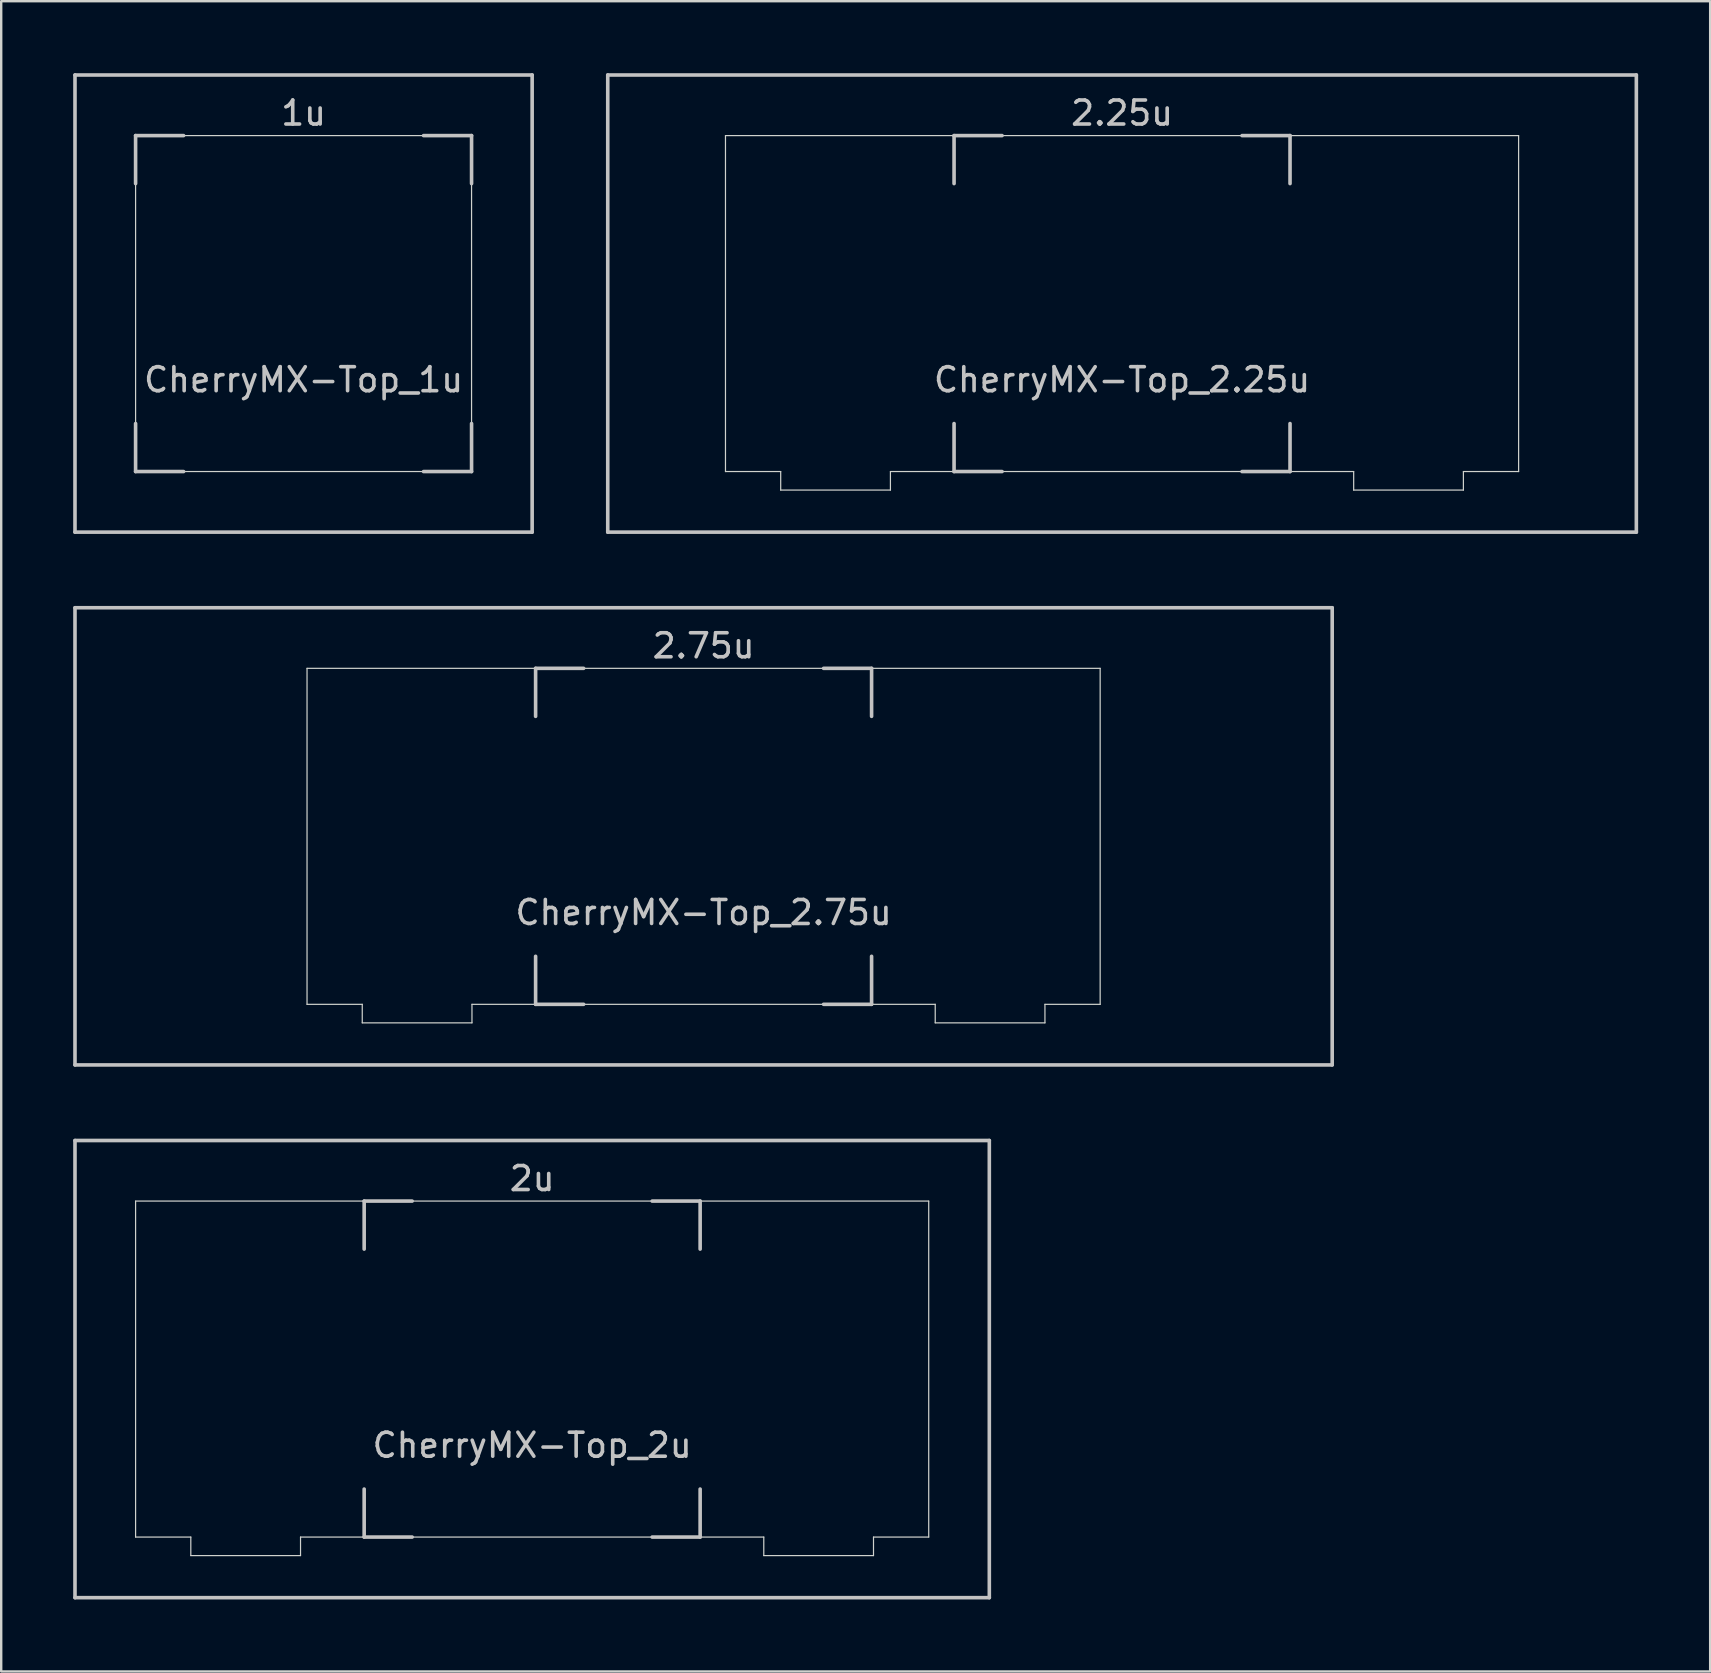
<source format=kicad_pcb>
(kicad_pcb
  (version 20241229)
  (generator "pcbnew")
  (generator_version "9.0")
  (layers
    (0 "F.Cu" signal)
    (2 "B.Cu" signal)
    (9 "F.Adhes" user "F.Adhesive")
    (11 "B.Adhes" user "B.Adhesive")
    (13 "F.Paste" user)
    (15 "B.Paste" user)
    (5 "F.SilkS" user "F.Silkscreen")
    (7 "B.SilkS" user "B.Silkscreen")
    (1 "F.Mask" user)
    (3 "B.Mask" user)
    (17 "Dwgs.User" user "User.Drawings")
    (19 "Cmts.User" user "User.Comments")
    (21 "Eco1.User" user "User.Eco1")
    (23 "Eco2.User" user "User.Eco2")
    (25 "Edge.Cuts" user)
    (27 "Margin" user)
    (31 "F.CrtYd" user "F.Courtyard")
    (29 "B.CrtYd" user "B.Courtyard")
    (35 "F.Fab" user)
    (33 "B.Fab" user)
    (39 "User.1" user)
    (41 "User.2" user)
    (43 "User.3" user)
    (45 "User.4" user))
  (footprint "CherryMX-Top_2.75u"
    (layer "F.Cu")
    (at 26.269 31.8)
    (property "Reference" "CherryMX-Top_2.75u" (at 0 3.175 0) (layer "Dwgs.User") (effects (font (size 1 1) (thickness 0.15))))
    (attr through_hole)
    (fp_line (start -26.194 9.525) (end -26.194 -9.525) (stroke (width 0.15) (type solid)) (layer "Dwgs.User"))
    (fp_line (start -7 -7) (end -7 -5) (stroke (width 0.15) (type solid)) (layer "Dwgs.User"))
    (fp_line (start -7 5) (end -7 7) (stroke (width 0.15) (type solid)) (layer "Dwgs.User"))
    (fp_line (start -7 7) (end -5 7) (stroke (width 0.15) (type solid)) (layer "Dwgs.User"))
    (fp_line (start -5 -7) (end -7 -7) (stroke (width 0.15) (type solid)) (layer "Dwgs.User"))
    (fp_line (start 5 -7) (end 7 -7) (stroke (width 0.15) (type solid)) (layer "Dwgs.User"))
    (fp_line (start 5 7) (end 7 7) (stroke (width 0.15) (type solid)) (layer "Dwgs.User"))
    (fp_line (start 7 -7) (end 7 -5) (stroke (width 0.15) (type solid)) (layer "Dwgs.User"))
    (fp_line (start 7 7) (end 7 5) (stroke (width 0.15) (type solid)) (layer "Dwgs.User"))
    (fp_line (start 26.194 -9.525) (end -26.194 -9.525) (stroke (width 0.15) (type solid)) (layer "Dwgs.User"))
    (fp_line (start 26.194 -9.525) (end 26.194 9.525) (stroke (width 0.15) (type solid)) (layer "Dwgs.User"))
    (fp_line (start 26.194 9.525) (end -26.194 9.525) (stroke (width 0.15) (type solid)) (layer "Dwgs.User"))
    (fp_line (start -16.525 -7) (end 16.525 -7) (stroke (width 0.05) (type solid)) (layer "Edge.Cuts"))
    (fp_line (start -16.525 7) (end -16.525 -7) (stroke (width 0.05) (type solid)) (layer "Edge.Cuts"))
    (fp_line (start -14.224 7) (end -16.525 7) (stroke (width 0.05) (type solid)) (layer "Edge.Cuts"))
    (fp_line (start -14.224 7) (end -14.224 7.772) (stroke (width 0.05) (type solid)) (layer "Edge.Cuts"))
    (fp_line (start -9.652 7) (end -9.652 7.772) (stroke (width 0.05) (type solid)) (layer "Edge.Cuts"))
    (fp_line (start -9.652 7.772) (end -14.224 7.772) (stroke (width 0.05) (type solid)) (layer "Edge.Cuts"))
    (fp_line (start 9.652 7) (end -9.652 7) (stroke (width 0.05) (type solid)) (layer "Edge.Cuts"))
    (fp_line (start 9.652 7) (end 9.652 7.772) (stroke (width 0.05) (type solid)) (layer "Edge.Cuts"))
    (fp_line (start 9.652 7.772) (end 14.224 7.772) (stroke (width 0.05) (type solid)) (layer "Edge.Cuts"))
    (fp_line (start 14.224 7) (end 14.224 7.772) (stroke (width 0.05) (type solid)) (layer "Edge.Cuts"))
    (fp_line (start 14.224 7) (end 16.525 7) (stroke (width 0.05) (type solid)) (layer "Edge.Cuts"))
    (fp_line (start 16.525 7) (end 16.525 -7) (stroke (width 0.05) (type solid)) (layer "Edge.Cuts"))
    (fp_text user "2.75u" (at 0 -7.938 0) (layer "Dwgs.User") (effects (font (size 1 1) (thickness 0.15)))))
  (footprint "CherryMX-Top_2.25u"
    (layer "F.Cu")
    (at 43.706 9.6)
    (property "Reference" "CherryMX-Top_2.25u" (at 0 3.175 0) (layer "Dwgs.User") (effects (font (size 1 1) (thickness 0.15))))
    (attr through_hole)
    (fp_line (start -21.431 9.525) (end -21.431 -9.525) (stroke (width 0.15) (type solid)) (layer "Dwgs.User"))
    (fp_line (start -7 -7) (end -7 -5) (stroke (width 0.15) (type solid)) (layer "Dwgs.User"))
    (fp_line (start -7 5) (end -7 7) (stroke (width 0.15) (type solid)) (layer "Dwgs.User"))
    (fp_line (start -7 7) (end -5 7) (stroke (width 0.15) (type solid)) (layer "Dwgs.User"))
    (fp_line (start -5 -7) (end -7 -7) (stroke (width 0.15) (type solid)) (layer "Dwgs.User"))
    (fp_line (start 5 -7) (end 7 -7) (stroke (width 0.15) (type solid)) (layer "Dwgs.User"))
    (fp_line (start 5 7) (end 7 7) (stroke (width 0.15) (type solid)) (layer "Dwgs.User"))
    (fp_line (start 7 -7) (end 7 -5) (stroke (width 0.15) (type solid)) (layer "Dwgs.User"))
    (fp_line (start 7 7) (end 7 5) (stroke (width 0.15) (type solid)) (layer "Dwgs.User"))
    (fp_line (start 21.431 -9.525) (end -21.431 -9.525) (stroke (width 0.15) (type solid)) (layer "Dwgs.User"))
    (fp_line (start 21.431 -9.525) (end 21.431 9.525) (stroke (width 0.15) (type solid)) (layer "Dwgs.User"))
    (fp_line (start 21.431 9.525) (end -21.431 9.525) (stroke (width 0.15) (type solid)) (layer "Dwgs.User"))
    (fp_line (start -16.525 -7) (end 16.525 -7) (stroke (width 0.05) (type solid)) (layer "Edge.Cuts"))
    (fp_line (start -16.525 7) (end -16.525 -7) (stroke (width 0.05) (type solid)) (layer "Edge.Cuts"))
    (fp_line (start -14.224 7) (end -16.525 7) (stroke (width 0.05) (type solid)) (layer "Edge.Cuts"))
    (fp_line (start -14.224 7) (end -14.224 7.772) (stroke (width 0.05) (type solid)) (layer "Edge.Cuts"))
    (fp_line (start -9.652 7) (end -9.652 7.772) (stroke (width 0.05) (type solid)) (layer "Edge.Cuts"))
    (fp_line (start -9.652 7.772) (end -14.224 7.772) (stroke (width 0.05) (type solid)) (layer "Edge.Cuts"))
    (fp_line (start 9.652 7) (end -9.652 7) (stroke (width 0.05) (type solid)) (layer "Edge.Cuts"))
    (fp_line (start 9.652 7) (end 9.652 7.772) (stroke (width 0.05) (type solid)) (layer "Edge.Cuts"))
    (fp_line (start 9.652 7.772) (end 14.224 7.772) (stroke (width 0.05) (type solid)) (layer "Edge.Cuts"))
    (fp_line (start 14.224 7) (end 14.224 7.772) (stroke (width 0.05) (type solid)) (layer "Edge.Cuts"))
    (fp_line (start 14.224 7) (end 16.525 7) (stroke (width 0.05) (type solid)) (layer "Edge.Cuts"))
    (fp_line (start 16.525 7) (end 16.525 -7) (stroke (width 0.05) (type solid)) (layer "Edge.Cuts"))
    (fp_text user "2.25u" (at 0 -7.938 0) (layer "Dwgs.User") (effects (font (size 1 1) (thickness 0.15)))))
  (footprint "CherryMX-Top_2u"
    (layer "F.Cu")
    (at 19.125 54)
    (property "Reference" "CherryMX-Top_2u" (at 0 3.175 0) (layer "Dwgs.User") (effects (font (size 1 1) (thickness 0.15))))
    (attr through_hole)
    (fp_line (start -19.05 -9.525) (end -19.05 9.525) (stroke (width 0.15) (type solid)) (layer "Dwgs.User"))
    (fp_line (start -7 -7) (end -7 -5) (stroke (width 0.15) (type solid)) (layer "Dwgs.User"))
    (fp_line (start -7 5) (end -7 7) (stroke (width 0.15) (type solid)) (layer "Dwgs.User"))
    (fp_line (start -7 7) (end -5 7) (stroke (width 0.15) (type solid)) (layer "Dwgs.User"))
    (fp_line (start -5 -7) (end -7 -7) (stroke (width 0.15) (type solid)) (layer "Dwgs.User"))
    (fp_line (start 5 -7) (end 7 -7) (stroke (width 0.15) (type solid)) (layer "Dwgs.User"))
    (fp_line (start 5 7) (end 7 7) (stroke (width 0.15) (type solid)) (layer "Dwgs.User"))
    (fp_line (start 7 -7) (end 7 -5) (stroke (width 0.15) (type solid)) (layer "Dwgs.User"))
    (fp_line (start 7 7) (end 7 5) (stroke (width 0.15) (type solid)) (layer "Dwgs.User"))
    (fp_line (start 19.05 -9.525) (end -19.05 -9.525) (stroke (width 0.15) (type solid)) (layer "Dwgs.User"))
    (fp_line (start 19.05 -9.525) (end 19.05 9.525) (stroke (width 0.15) (type solid)) (layer "Dwgs.User"))
    (fp_line (start 19.05 9.525) (end -19.05 9.525) (stroke (width 0.15) (type solid)) (layer "Dwgs.User"))
    (fp_line (start -16.525 -7) (end 16.525 -7) (stroke (width 0.05) (type solid)) (layer "Edge.Cuts"))
    (fp_line (start -16.525 7) (end -16.525 -7) (stroke (width 0.05) (type solid)) (layer "Edge.Cuts"))
    (fp_line (start -14.224 7) (end -16.525 7) (stroke (width 0.05) (type solid)) (layer "Edge.Cuts"))
    (fp_line (start -14.224 7) (end -14.224 7.772) (stroke (width 0.05) (type solid)) (layer "Edge.Cuts"))
    (fp_line (start -9.652 7) (end -9.652 7.772) (stroke (width 0.05) (type solid)) (layer "Edge.Cuts"))
    (fp_line (start -9.652 7.772) (end -14.224 7.772) (stroke (width 0.05) (type solid)) (layer "Edge.Cuts"))
    (fp_line (start 9.652 7) (end -9.652 7) (stroke (width 0.05) (type solid)) (layer "Edge.Cuts"))
    (fp_line (start 9.652 7) (end 9.652 7.772) (stroke (width 0.05) (type solid)) (layer "Edge.Cuts"))
    (fp_line (start 9.652 7.772) (end 14.224 7.772) (stroke (width 0.05) (type solid)) (layer "Edge.Cuts"))
    (fp_line (start 14.224 7) (end 14.224 7.772) (stroke (width 0.05) (type solid)) (layer "Edge.Cuts"))
    (fp_line (start 14.224 7) (end 16.525 7) (stroke (width 0.05) (type solid)) (layer "Edge.Cuts"))
    (fp_line (start 16.525 7) (end 16.525 -7) (stroke (width 0.05) (type solid)) (layer "Edge.Cuts"))
    (fp_text user "2u" (at 0 -7.938 0) (layer "Dwgs.User") (effects (font (size 1 1) (thickness 0.15)))))
  (footprint "CherryMX-Top_1u"
    (layer "F.Cu")
    (at 9.6 9.6)
    (property "Reference" "CherryMX-Top_1u" (at 0 3.175 0) (layer "Dwgs.User") (effects (font (size 1 1) (thickness 0.15))))
    (attr through_hole)
    (fp_line (start -9.525 -9.525) (end 9.525 -9.525) (stroke (width 0.15) (type solid)) (layer "Dwgs.User"))
    (fp_line (start -9.525 9.525) (end -9.525 -9.525) (stroke (width 0.15) (type solid)) (layer "Dwgs.User"))
    (fp_line (start -7 -7) (end -7 -5) (stroke (width 0.15) (type solid)) (layer "Dwgs.User"))
    (fp_line (start -7 5) (end -7 7) (stroke (width 0.15) (type solid)) (layer "Dwgs.User"))
    (fp_line (start -7 7) (end -5 7) (stroke (width 0.15) (type solid)) (layer "Dwgs.User"))
    (fp_line (start -5 -7) (end -7 -7) (stroke (width 0.15) (type solid)) (layer "Dwgs.User"))
    (fp_line (start 5 -7) (end 7 -7) (stroke (width 0.15) (type solid)) (layer "Dwgs.User"))
    (fp_line (start 5 7) (end 7 7) (stroke (width 0.15) (type solid)) (layer "Dwgs.User"))
    (fp_line (start 7 -7) (end 7 -5) (stroke (width 0.15) (type solid)) (layer "Dwgs.User"))
    (fp_line (start 7 7) (end 7 5) (stroke (width 0.15) (type solid)) (layer "Dwgs.User"))
    (fp_line (start 9.525 -9.525) (end 9.525 9.525) (stroke (width 0.15) (type solid)) (layer "Dwgs.User"))
    (fp_line (start 9.525 9.525) (end -9.525 9.525) (stroke (width 0.15) (type solid)) (layer "Dwgs.User"))
    (fp_line (start -7 -7) (end 7 -7) (stroke (width 0.05) (type solid)) (layer "Edge.Cuts"))
    (fp_line (start -7 7) (end -7 -7) (stroke (width 0.05) (type solid)) (layer "Edge.Cuts"))
    (fp_line (start 7 7) (end -7 7) (stroke (width 0.05) (type solid)) (layer "Edge.Cuts"))
    (fp_line (start 7 7) (end 7 -7) (stroke (width 0.05) (type solid)) (layer "Edge.Cuts"))
    (fp_text user "1u" (at 0 -7.938 0) (layer "Dwgs.User") (effects (font (size 1 1) (thickness 0.15)))))
  (gr_rect
    (start -3 -3)
    (end 68.213 66.6)
    (stroke (width 0.1) (type default))
    (fill no)
    (layer "Edge.Cuts")))
</source>
